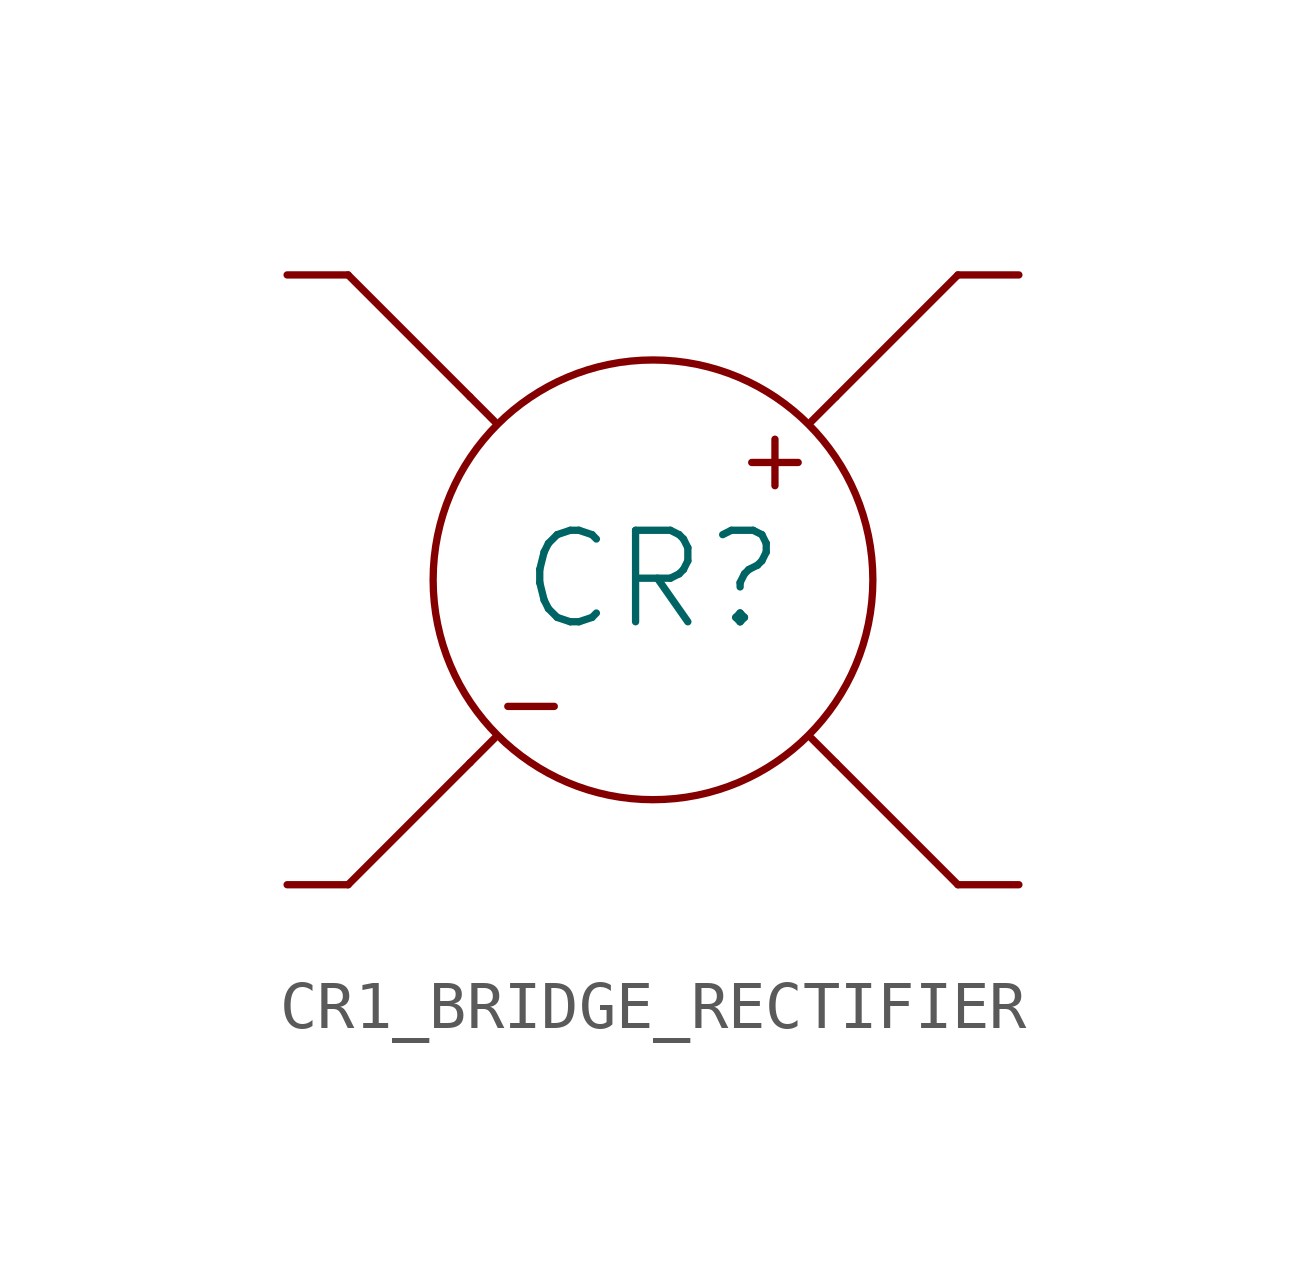
<source format=kicad_sym>
(kicad_symbol_lib
  (version 20211014)
  (generator kicad_symbol_editor)
  (symbol "CR1_BRIDGE_RECTIFIER"
    (property "Reference" "CR"
      (at 0 0 0)
      (effects (font (size 1.905 1.905))))
    (symbol "CR1_BRIDGE_RECTIFIER_0_0"
      (polyline (pts (xy -3.81 -3.81) (xy -6.35 -6.35)) (stroke (width 0) (type default) (color 0 0 0 0)) (fill (type none)))
      (polyline (pts (xy -3.81 -3.81) (xy -3.302 -3.302)) (stroke (width 0) (type default) (color 0 0 0 0)) (fill (type none)))
      (polyline (pts (xy -3.81 3.81) (xy -6.35 6.35)) (stroke (width 0) (type default) (color 0 0 0 0)) (fill (type none)))
      (polyline (pts (xy -3.81 3.81) (xy -3.302 3.302)) (stroke (width 0) (type default) (color 0 0 0 0)) (fill (type none)))
      (polyline (pts (xy 3.81 -3.81) (xy 3.302 -3.302)) (stroke (width 0) (type default) (color 0 0 0 0)) (fill (type none)))
      (polyline (pts (xy 3.81 -3.81) (xy 6.35 -6.35)) (stroke (width 0) (type default) (color 0 0 0 0)) (fill (type none)))
      (polyline (pts (xy 3.81 3.81) (xy 3.302 3.302)) (stroke (width 0) (type default) (color 0 0 0 0)) (fill (type none)))
      (polyline (pts (xy 3.81 3.81) (xy 6.35 6.35)) (stroke (width 0) (type default) (color 0 0 0 0)) (fill (type none)))
      (circle (center 0 0) (radius 4.579) (stroke (width 0) (type default) (color 0 0 0 0)) (fill (type none)))
      (text "+" (at 2.54 2.54 0) (effects (font (size 1.27 1.27))))
      (text "-" (at -2.54 -2.54 0) (effects (font (size 1.27 1.27))))
      (text "~" (at -2.54 2.54 0) (effects (font (size 1.27 1.27))))
      (text "~" (at 2.54 -2.54 0) (effects (font (size 1.27 1.27)))))
    (symbol "CR1_BRIDGE_RECTIFIER_1_1"
      (pin passive line (at -7.62 -6.35 0) (length 1.27) (name "" (effects (font (size 1.27 1.27)))) (number "" (effects (font (size 1.27 1.27)))))
      (pin passive line (at -7.62 6.35 0) (length 1.27) (name "" (effects (font (size 1.27 1.27)))) (number "" (effects (font (size 1.27 1.27)))))
      (pin passive line (at 7.62 -6.35 180) (length 1.27) (name "" (effects (font (size 1.27 1.27)))) (number "" (effects (font (size 1.27 1.27)))))
      (pin passive line (at 7.62 6.35 180) (length 1.27) (name "" (effects (font (size 1.27 1.27)))) (number "" (effects (font (size 1.27 1.27))))))))
</source>
